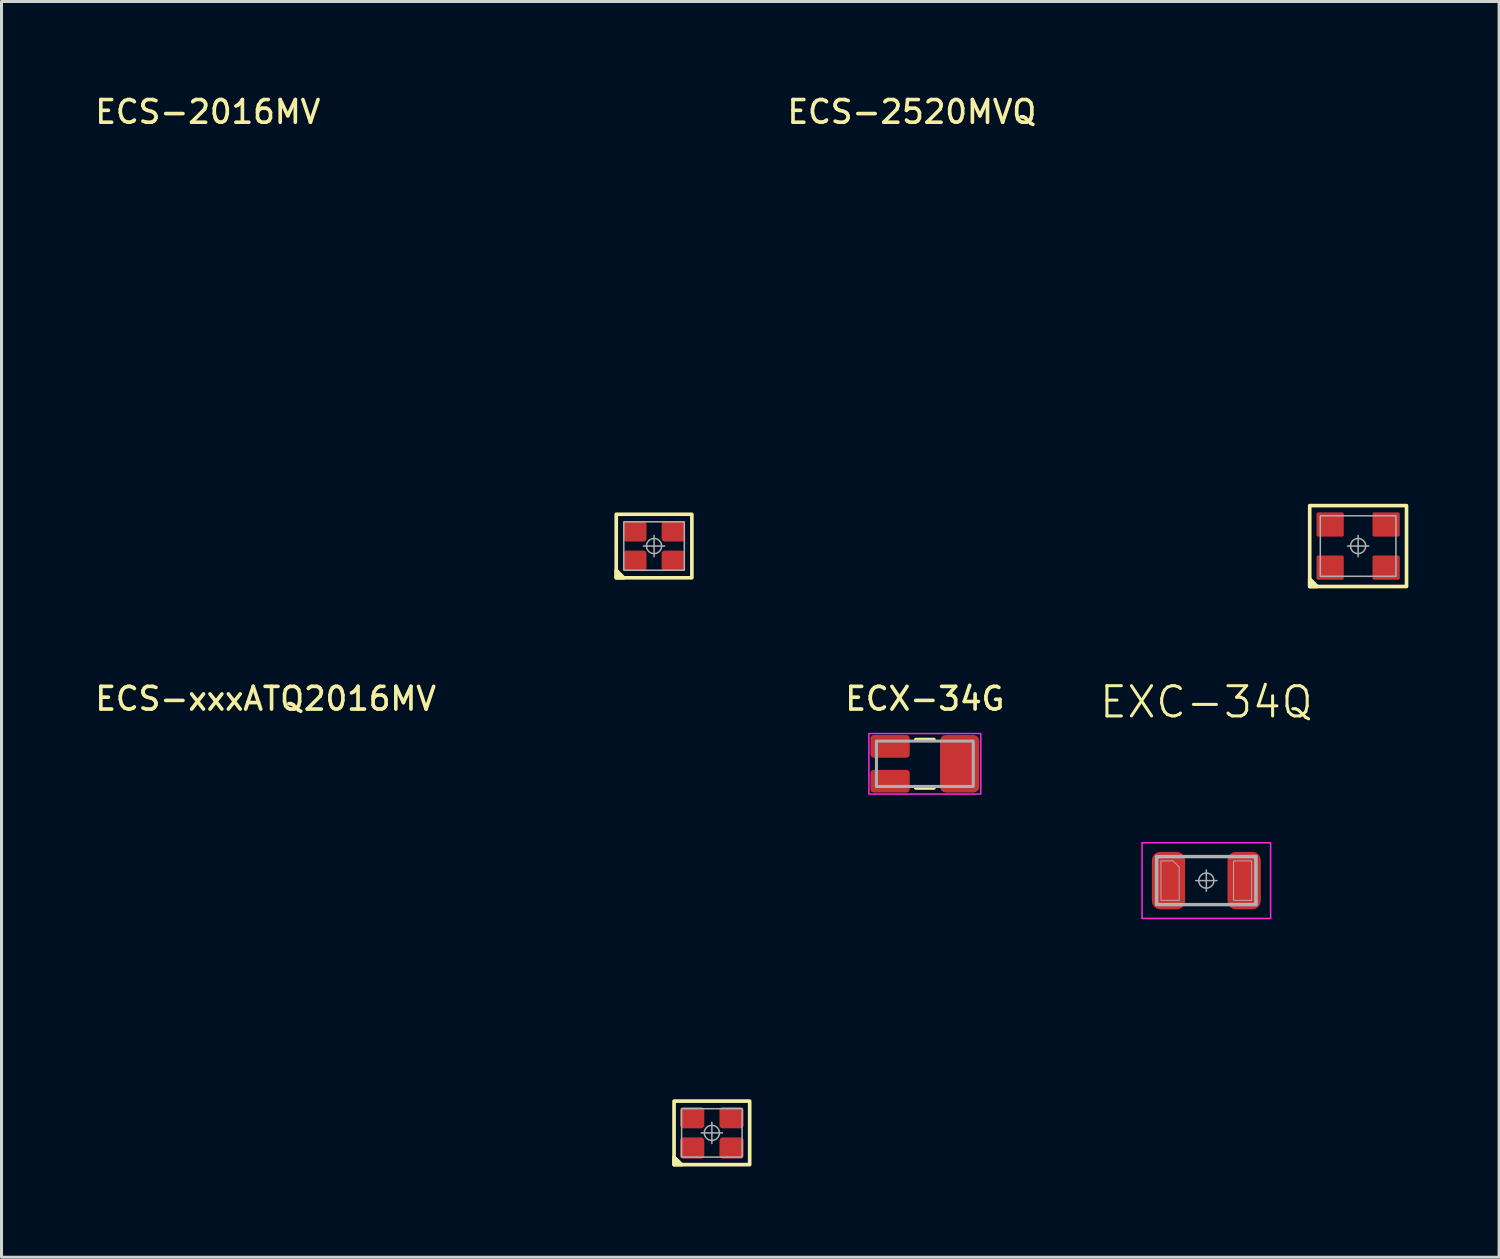
<source format=kicad_pcb>
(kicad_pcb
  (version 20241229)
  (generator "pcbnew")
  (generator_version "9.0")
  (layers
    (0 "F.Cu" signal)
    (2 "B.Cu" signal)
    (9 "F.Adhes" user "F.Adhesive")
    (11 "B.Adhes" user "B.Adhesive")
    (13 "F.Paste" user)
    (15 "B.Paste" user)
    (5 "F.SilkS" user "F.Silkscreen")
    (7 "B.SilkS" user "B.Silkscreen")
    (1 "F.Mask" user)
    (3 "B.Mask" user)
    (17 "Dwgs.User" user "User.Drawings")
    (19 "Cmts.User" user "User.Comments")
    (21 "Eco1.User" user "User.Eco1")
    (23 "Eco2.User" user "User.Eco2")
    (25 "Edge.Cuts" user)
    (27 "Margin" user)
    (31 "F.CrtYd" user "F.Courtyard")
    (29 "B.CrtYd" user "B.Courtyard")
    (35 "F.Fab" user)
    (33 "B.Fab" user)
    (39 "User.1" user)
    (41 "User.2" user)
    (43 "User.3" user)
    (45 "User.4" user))
  (footprint "ECS-2016MV"
    (layer "F.Cu")
    (at 18.569 14.999)
    (property "Reference" "ECS-2016MV" (at -14.75 -14.35 0) (unlocked yes) (layer "F.SilkS") (effects (font (size 0.75 0.75) (thickness 0.12))))
    (attr smd)
    (fp_rect (start -1.25 -1.05) (end 1.25 1.05) (stroke (width 0.12) (type solid)) (fill no) (layer "F.SilkS"))
    (fp_poly (pts (xy -1 1.05) (xy -1.25 0.8) (xy -1.25 1.05)) (stroke (width 0.12) (type solid)) (fill yes) (layer "F.SilkS"))
    (fp_line (start 0 -0.35) (end 0 0.35) (stroke (width 0.05) (type solid)) (layer "F.Fab"))
    (fp_line (start 0.35 0) (end -0.35 0) (stroke (width 0.05) (type solid)) (layer "F.Fab"))
    (fp_rect (start -1 -0.8) (end 1 0.8) (stroke (width 0.05) (type solid)) (fill no) (layer "F.Fab"))
    (fp_circle (center 0 0) (end 0.25 0) (stroke (width 0.05) (type solid)) (fill no) (layer "F.Fab"))
    (pad "1" smd roundrect (at -0.637 0.487) (size 0.775 0.675) (layers "F.Cu" "F.Mask" "F.Paste") (roundrect_rratio 0.15))
    (pad "2" smd roundrect (at 0.637 0.487) (size 0.775 0.675) (layers "F.Cu" "F.Mask" "F.Paste") (roundrect_rratio 0.15))
    (pad "3" smd roundrect (at 0.637 -0.487) (size 0.775 0.675) (layers "F.Cu" "F.Mask" "F.Paste") (roundrect_rratio 0.15))
    (pad "4" smd roundrect (at -0.637 -0.487) (size 0.775 0.675) (layers "F.Cu" "F.Mask" "F.Paste") (roundrect_rratio 0.15)))
  (footprint "ECS-2520MVQ"
    (layer "F.Cu")
    (at 41.841 14.999)
    (property "Reference" "ECS-2520MVQ" (at -14.75 -14.35 0) (unlocked yes) (layer "F.SilkS") (effects (font (size 0.75 0.75) (thickness 0.12))))
    (attr smd)
    (fp_rect (start -1.6 -1.337) (end 1.6 1.337) (stroke (width 0.12) (type solid)) (fill no) (layer "F.SilkS"))
    (fp_poly (pts (xy -1.35 1.337) (xy -1.6 1.087) (xy -1.6 1.337)) (stroke (width 0.12) (type solid)) (fill yes) (layer "F.SilkS"))
    (fp_line (start 0 -0.35) (end 0 0.35) (stroke (width 0.05) (type solid)) (layer "F.Fab"))
    (fp_line (start 0.35 0) (end -0.35 0) (stroke (width 0.05) (type solid)) (layer "F.Fab"))
    (fp_rect (start -1.25 -1) (end 1.25 1) (stroke (width 0.05) (type solid)) (fill no) (layer "F.Fab"))
    (fp_circle (center 0 0) (end 0.25 0) (stroke (width 0.05) (type solid)) (fill no) (layer "F.Fab"))
    (pad "1" smd roundrect (at -0.925 0.713) (size 0.9 0.8) (layers "F.Cu" "F.Mask" "F.Paste") (roundrect_rratio 0.062))
    (pad "2" smd roundrect (at 0.925 0.713) (size 0.9 0.8) (layers "F.Cu" "F.Mask" "F.Paste") (roundrect_rratio 0.062))
    (pad "3" smd roundrect (at 0.925 -0.713) (size 0.9 0.8) (layers "F.Cu" "F.Mask" "F.Paste") (roundrect_rratio 0.062))
    (pad "4" smd roundrect (at -0.925 -0.713) (size 0.9 0.8) (layers "F.Cu" "F.Mask" "F.Paste") (roundrect_rratio 0.062)))
  (footprint "ECX-34G"
    (layer "F.Cu")
    (at 27.52 22.196)
    (property "Reference" "ECX-34G" (at 0 -2.15 0) (unlocked yes) (layer "F.SilkS") (effects (font (size 0.75 0.75) (thickness 0.12))))
    (attr smd)
    (fp_line (start -0.3 -0.8) (end 0.3 -0.8) (stroke (width 0.12) (type default)) (layer "F.SilkS"))
    (fp_line (start -0.3 0.8) (end 0.3 0.8) (stroke (width 0.12) (type default)) (layer "F.SilkS"))
    (fp_rect (start -1.85 -1) (end 1.85 1) (stroke (width 0.05) (type default)) (fill no) (layer "F.CrtYd"))
    (fp_rect (start -1.6 -0.75) (end 1.6 0.75) (stroke (width 0.1) (type solid)) (fill no) (layer "F.Fab"))
    (pad "1" smd roundrect (at -1.15 0.575) (size 1.3 0.75) (layers "F.Cu" "F.Mask" "F.Paste") (roundrect_rratio 0.15))
    (pad "2" smd roundrect (at 1.15 0) (size 1.3 1.9) (layers "F.Cu" "F.Mask" "F.Paste") (roundrect_rratio 0.15))
    (pad "3" smd roundrect (at -1.15 -0.575) (size 1.3 0.75) (layers "F.Cu" "F.Mask" "F.Paste") (roundrect_rratio 0.15)))
  (footprint "ECS-xxxATQ2016MV"
    (layer "F.Cu")
    (at 20.48 34.396)
    (property "Reference" "ECS-xxxATQ2016MV" (at -14.75 -14.35 0) (unlocked yes) (layer "F.SilkS") (effects (font (size 0.75 0.75) (thickness 0.12))))
    (attr smd)
    (fp_rect (start -1.25 -1.05) (end 1.25 1.05) (stroke (width 0.12) (type solid)) (fill no) (layer "F.SilkS"))
    (fp_poly (pts (xy -1 1.05) (xy -1.25 0.8) (xy -1.25 1.05)) (stroke (width 0.12) (type solid)) (fill yes) (layer "F.SilkS"))
    (fp_line (start 0 -0.35) (end 0 0.35) (stroke (width 0.05) (type solid)) (layer "F.Fab"))
    (fp_line (start 0.35 0) (end -0.35 0) (stroke (width 0.05) (type solid)) (layer "F.Fab"))
    (fp_rect (start -1 -0.8) (end 1 0.8) (stroke (width 0.05) (type solid)) (fill no) (layer "F.Fab"))
    (fp_circle (center 0 0) (end 0.25 0) (stroke (width 0.05) (type solid)) (fill no) (layer "F.Fab"))
    (pad "1" smd roundrect (at -0.65 0.5) (size 0.8 0.7) (layers "F.Cu" "F.Mask" "F.Paste") (roundrect_rratio 0.15))
    (pad "2" smd roundrect (at 0.65 0.5) (size 0.8 0.7) (layers "F.Cu" "F.Mask" "F.Paste") (roundrect_rratio 0.15))
    (pad "3" smd roundrect (at 0.65 -0.5) (size 0.8 0.7) (layers "F.Cu" "F.Mask" "F.Paste") (roundrect_rratio 0.15))
    (pad "4" smd roundrect (at -0.65 -0.5) (size 0.8 0.7) (layers "F.Cu" "F.Mask" "F.Paste") (roundrect_rratio 0.15)))
  (footprint "EXC-34Q"
    (layer "F.Cu")
    (at 36.824 26.057)
    (property "Reference" "EXC-34Q" (at 0 -5.9 0) (unlocked yes) (layer "F.SilkS") (effects (font (size 1 1) (thickness 0.1))))
    (attr smd)
    (fp_line (start -1.5 -0.65) (end -1.5 0.65) (stroke (width 0.025) (type default)) (layer "Dwgs.User"))
    (fp_line (start -1.5 -0.65) (end -1.1 -0.65) (stroke (width 0.025) (type default)) (layer "Dwgs.User"))
    (fp_line (start -1.5 0.65) (end -0.9 0.65) (stroke (width 0.025) (type default)) (layer "Dwgs.User"))
    (fp_line (start -0.9 -0.45) (end -1.1 -0.65) (stroke (width 0.025) (type default)) (layer "Dwgs.User"))
    (fp_line (start -0.9 0.65) (end -0.9 -0.45) (stroke (width 0.025) (type default)) (layer "Dwgs.User"))
    (fp_rect (start -1.6 -0.75) (end 1.6 0.75) (stroke (width 0.025) (type default)) (fill no) (layer "Dwgs.User"))
    (fp_rect (start 0.9 -0.65) (end 1.5 0.65) (stroke (width 0.025) (type default)) (fill no) (layer "Dwgs.User"))
    (fp_rect (start -2.125 -1.25) (end 2.125 1.25) (stroke (width 0.05) (type default)) (fill no) (layer "F.CrtYd"))
    (fp_line (start 0 -0.35) (end 0 0.35) (stroke (width 0.05) (type solid)) (layer "F.Fab"))
    (fp_line (start 0.35 0) (end -0.35 0) (stroke (width 0.05) (type solid)) (layer "F.Fab"))
    (fp_rect (start -1.65 -0.8) (end 1.65 0.8) (stroke (width 0.1) (type default)) (fill no) (layer "F.Fab"))
    (fp_circle (center 0 0) (end 0.25 0) (stroke (width 0.05) (type solid)) (fill no) (layer "F.Fab"))
    (pad "1" smd roundrect (at -1.25 0 90) (size 1.9 1.1) (layers "F.Cu" "F.Mask" "F.Paste") (roundrect_rratio 0.251))
    (pad "2" smd roundrect (at 1.25 0 90) (size 1.9 1.1) (layers "F.Cu" "F.Mask" "F.Paste") (roundrect_rratio 0.251)))
  (gr_rect
    (start -3 -3)
    (end 46.501 38.506)
    (stroke (width 0.1) (type default))
    (fill no)
    (layer "Edge.Cuts")))
</source>
